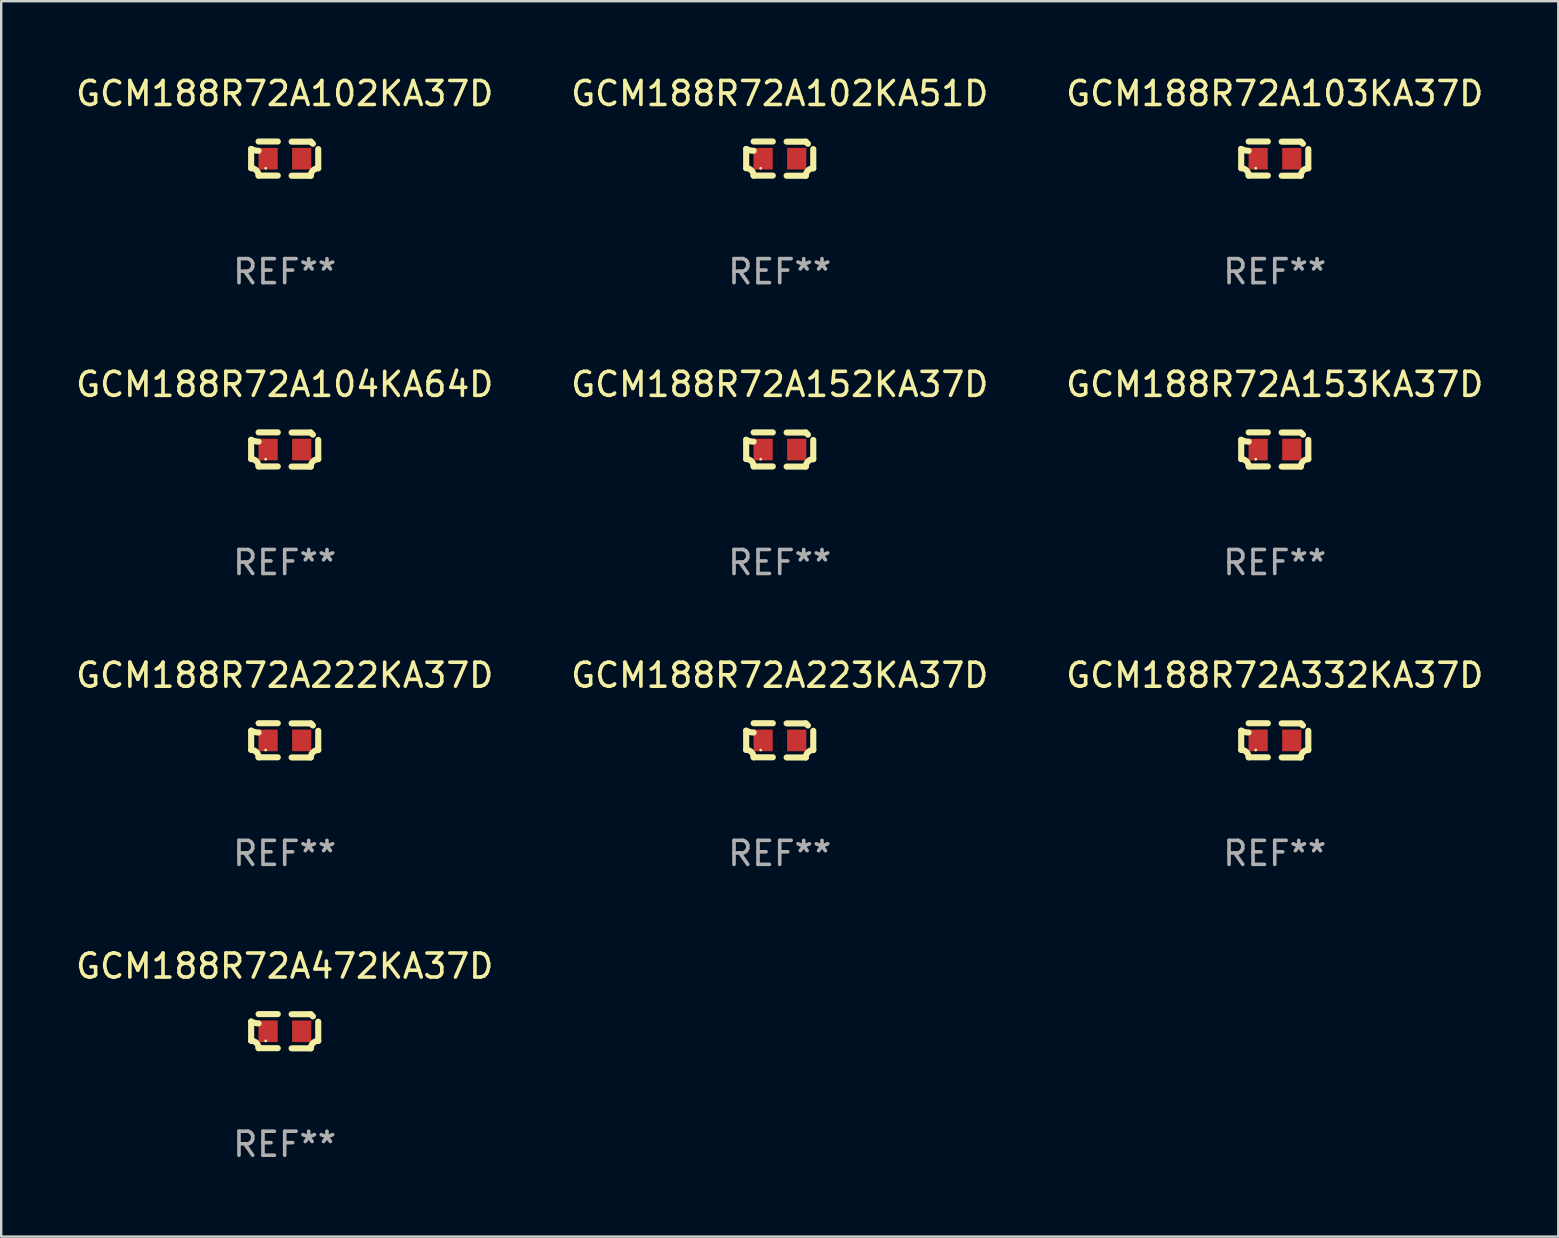
<source format=kicad_pcb>
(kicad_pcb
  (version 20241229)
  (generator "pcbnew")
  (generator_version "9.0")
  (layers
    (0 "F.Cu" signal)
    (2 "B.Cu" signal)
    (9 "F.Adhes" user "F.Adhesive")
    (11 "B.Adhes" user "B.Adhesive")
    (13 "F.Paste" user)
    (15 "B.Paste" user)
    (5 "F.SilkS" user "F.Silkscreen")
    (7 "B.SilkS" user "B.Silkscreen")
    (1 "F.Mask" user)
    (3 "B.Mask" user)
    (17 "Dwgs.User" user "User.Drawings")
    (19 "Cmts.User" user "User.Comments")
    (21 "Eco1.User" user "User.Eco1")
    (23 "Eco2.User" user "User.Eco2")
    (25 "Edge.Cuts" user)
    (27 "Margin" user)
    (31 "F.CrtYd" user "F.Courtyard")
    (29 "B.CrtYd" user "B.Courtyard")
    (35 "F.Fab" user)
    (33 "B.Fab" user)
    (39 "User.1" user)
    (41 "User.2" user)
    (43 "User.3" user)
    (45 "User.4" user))
  (footprint "GCM188R72A102KA37D"
    (layer "F.Cu")
    (at 8.815 3.561)
    (property "Reference" "GCM188R72A102KA37D" (at 0 -2.713 0) (layer "F.SilkS") (effects (font (size 1 1) (thickness 0.15))))
    (attr through_hole)
    (fp_line (start -1.398 -0.403) (end -1.398 0.397) (stroke (width 0.254) (type solid)) (layer "F.SilkS"))
    (fp_line (start -0.288 -0.713) (end -1.088 -0.713) (stroke (width 0.254) (type solid)) (layer "F.SilkS"))
    (fp_line (start -0.288 0.707) (end -1.088 0.707) (stroke (width 0.254) (type solid)) (layer "F.SilkS"))
    (fp_line (start 0.288 -0.707) (end 1.088 -0.707) (stroke (width 0.254) (type solid)) (layer "F.SilkS"))
    (fp_line (start 0.288 0.713) (end 1.088 0.713) (stroke (width 0.254) (type solid)) (layer "F.SilkS"))
    (fp_line (start 1.398 -0.397) (end 1.398 0.403) (stroke (width 0.254) (type solid)) (layer "F.SilkS"))
    (fp_arc (start -1.397789 0.397066) (mid -1.178701 0.487826) (end -1.08796 0.706922) (stroke (width 0.254001) (type solid)) (layer "F.SilkS"))
    (fp_arc (start -1.08796 -0.327176) (mid -1.247436 -0.346384) (end -1.39779 -0.402908) (stroke (width 0.254001) (type solid)) (layer "F.SilkS"))
    (fp_arc (start 1.087909 0.712738) (mid 1.178656 0.493655) (end 1.397739 0.402908) (stroke (width 0.254001) (type solid)) (layer "F.SilkS"))
    (fp_arc (start 1.175925 -0.618926) (mid 1.131917 -0.662923) (end 1.08791 -0.706922) (stroke (width 0.254001) (type solid)) (layer "F.SilkS"))
    (fp_circle (center -0.792 0.403) (end -0.762 0.403) (stroke (width 0.06) (type solid)) (fill no) (layer "F.SilkS"))
    (fp_text user "REF**" (at 0 4.713 0) (layer "F.Fab") (effects (font (size 1 1) (thickness 0.15))))
    (pad "1" smd rect (at -0.692 0.003) (size 0.8 0.9) (layers "F.Cu" "F.Mask" "F.Paste"))
    (pad "2" smd rect (at 0.708 0.003) (size 0.8 0.9) (layers "F.Cu" "F.Mask" "F.Paste")))
  (footprint "GCM188R72A104KA64D"
    (layer "F.Cu")
    (at 8.815 15.683)
    (property "Reference" "GCM188R72A104KA64D" (at 0 -2.713 0) (layer "F.SilkS") (effects (font (size 1 1) (thickness 0.15))))
    (attr through_hole)
    (fp_line (start -1.398 -0.403) (end -1.398 0.397) (stroke (width 0.254) (type solid)) (layer "F.SilkS"))
    (fp_line (start -0.288 -0.713) (end -1.088 -0.713) (stroke (width 0.254) (type solid)) (layer "F.SilkS"))
    (fp_line (start -0.288 0.707) (end -1.088 0.707) (stroke (width 0.254) (type solid)) (layer "F.SilkS"))
    (fp_line (start 0.288 -0.707) (end 1.088 -0.707) (stroke (width 0.254) (type solid)) (layer "F.SilkS"))
    (fp_line (start 0.288 0.713) (end 1.088 0.713) (stroke (width 0.254) (type solid)) (layer "F.SilkS"))
    (fp_line (start 1.398 -0.397) (end 1.398 0.403) (stroke (width 0.254) (type solid)) (layer "F.SilkS"))
    (fp_arc (start -1.397789 0.397066) (mid -1.178701 0.487826) (end -1.08796 0.706922) (stroke (width 0.254001) (type solid)) (layer "F.SilkS"))
    (fp_arc (start -1.08796 -0.327176) (mid -1.247436 -0.346384) (end -1.39779 -0.402908) (stroke (width 0.254001) (type solid)) (layer "F.SilkS"))
    (fp_arc (start 1.087909 0.712738) (mid 1.178656 0.493655) (end 1.397739 0.402908) (stroke (width 0.254001) (type solid)) (layer "F.SilkS"))
    (fp_arc (start 1.175925 -0.618926) (mid 1.131917 -0.662923) (end 1.08791 -0.706922) (stroke (width 0.254001) (type solid)) (layer "F.SilkS"))
    (fp_circle (center -0.792 0.403) (end -0.762 0.403) (stroke (width 0.06) (type solid)) (fill no) (layer "F.SilkS"))
    (fp_text user "REF**" (at 0 4.713 0) (layer "F.Fab") (effects (font (size 1 1) (thickness 0.15))))
    (pad "1" smd rect (at -0.692 0.003) (size 0.8 0.9) (layers "F.Cu" "F.Mask" "F.Paste"))
    (pad "2" smd rect (at 0.708 0.003) (size 0.8 0.9) (layers "F.Cu" "F.Mask" "F.Paste")))
  (footprint "GCM188R72A103KA37D"
    (layer "F.Cu")
    (at 50.077 3.561)
    (property "Reference" "GCM188R72A103KA37D" (at 0 -2.713 0) (layer "F.SilkS") (effects (font (size 1 1) (thickness 0.15))))
    (attr through_hole)
    (fp_line (start -1.398 -0.403) (end -1.398 0.397) (stroke (width 0.254) (type solid)) (layer "F.SilkS"))
    (fp_line (start -0.288 -0.713) (end -1.088 -0.713) (stroke (width 0.254) (type solid)) (layer "F.SilkS"))
    (fp_line (start -0.288 0.707) (end -1.088 0.707) (stroke (width 0.254) (type solid)) (layer "F.SilkS"))
    (fp_line (start 0.288 -0.707) (end 1.088 -0.707) (stroke (width 0.254) (type solid)) (layer "F.SilkS"))
    (fp_line (start 0.288 0.713) (end 1.088 0.713) (stroke (width 0.254) (type solid)) (layer "F.SilkS"))
    (fp_line (start 1.398 -0.397) (end 1.398 0.403) (stroke (width 0.254) (type solid)) (layer "F.SilkS"))
    (fp_arc (start -1.397789 0.397066) (mid -1.178701 0.487826) (end -1.08796 0.706922) (stroke (width 0.254001) (type solid)) (layer "F.SilkS"))
    (fp_arc (start -1.08796 -0.327176) (mid -1.247436 -0.346384) (end -1.39779 -0.402908) (stroke (width 0.254001) (type solid)) (layer "F.SilkS"))
    (fp_arc (start 1.087909 0.712738) (mid 1.178656 0.493655) (end 1.397739 0.402908) (stroke (width 0.254001) (type solid)) (layer "F.SilkS"))
    (fp_arc (start 1.175925 -0.618926) (mid 1.131917 -0.662923) (end 1.08791 -0.706922) (stroke (width 0.254001) (type solid)) (layer "F.SilkS"))
    (fp_circle (center -0.792 0.403) (end -0.762 0.403) (stroke (width 0.06) (type solid)) (fill no) (layer "F.SilkS"))
    (fp_text user "REF**" (at 0 4.713 0) (layer "F.Fab") (effects (font (size 1 1) (thickness 0.15))))
    (pad "1" smd rect (at -0.692 0.003) (size 0.8 0.9) (layers "F.Cu" "F.Mask" "F.Paste"))
    (pad "2" smd rect (at 0.708 0.003) (size 0.8 0.9) (layers "F.Cu" "F.Mask" "F.Paste")))
  (footprint "GCM188R72A222KA37D"
    (layer "F.Cu")
    (at 8.815 27.805)
    (property "Reference" "GCM188R72A222KA37D" (at 0 -2.713 0) (layer "F.SilkS") (effects (font (size 1 1) (thickness 0.15))))
    (attr through_hole)
    (fp_line (start -1.398 -0.403) (end -1.398 0.397) (stroke (width 0.254) (type solid)) (layer "F.SilkS"))
    (fp_line (start -0.288 -0.713) (end -1.088 -0.713) (stroke (width 0.254) (type solid)) (layer "F.SilkS"))
    (fp_line (start -0.288 0.707) (end -1.088 0.707) (stroke (width 0.254) (type solid)) (layer "F.SilkS"))
    (fp_line (start 0.288 -0.707) (end 1.088 -0.707) (stroke (width 0.254) (type solid)) (layer "F.SilkS"))
    (fp_line (start 0.288 0.713) (end 1.088 0.713) (stroke (width 0.254) (type solid)) (layer "F.SilkS"))
    (fp_line (start 1.398 -0.397) (end 1.398 0.403) (stroke (width 0.254) (type solid)) (layer "F.SilkS"))
    (fp_arc (start -1.397789 0.397066) (mid -1.178701 0.487826) (end -1.08796 0.706922) (stroke (width 0.254001) (type solid)) (layer "F.SilkS"))
    (fp_arc (start -1.08796 -0.327176) (mid -1.247436 -0.346384) (end -1.39779 -0.402908) (stroke (width 0.254001) (type solid)) (layer "F.SilkS"))
    (fp_arc (start 1.087909 0.712738) (mid 1.178656 0.493655) (end 1.397739 0.402908) (stroke (width 0.254001) (type solid)) (layer "F.SilkS"))
    (fp_arc (start 1.175925 -0.618926) (mid 1.131917 -0.662923) (end 1.08791 -0.706922) (stroke (width 0.254001) (type solid)) (layer "F.SilkS"))
    (fp_circle (center -0.792 0.403) (end -0.762 0.403) (stroke (width 0.06) (type solid)) (fill no) (layer "F.SilkS"))
    (fp_text user "REF**" (at 0 4.713 0) (layer "F.Fab") (effects (font (size 1 1) (thickness 0.15))))
    (pad "1" smd rect (at -0.692 0.003) (size 0.8 0.9) (layers "F.Cu" "F.Mask" "F.Paste"))
    (pad "2" smd rect (at 0.708 0.003) (size 0.8 0.9) (layers "F.Cu" "F.Mask" "F.Paste")))
  (footprint "GCM188R72A152KA37D"
    (layer "F.Cu")
    (at 29.446 15.683)
    (property "Reference" "GCM188R72A152KA37D" (at 0 -2.713 0) (layer "F.SilkS") (effects (font (size 1 1) (thickness 0.15))))
    (attr through_hole)
    (fp_line (start -1.398 -0.403) (end -1.398 0.397) (stroke (width 0.254) (type solid)) (layer "F.SilkS"))
    (fp_line (start -0.288 -0.713) (end -1.088 -0.713) (stroke (width 0.254) (type solid)) (layer "F.SilkS"))
    (fp_line (start -0.288 0.707) (end -1.088 0.707) (stroke (width 0.254) (type solid)) (layer "F.SilkS"))
    (fp_line (start 0.288 -0.707) (end 1.088 -0.707) (stroke (width 0.254) (type solid)) (layer "F.SilkS"))
    (fp_line (start 0.288 0.713) (end 1.088 0.713) (stroke (width 0.254) (type solid)) (layer "F.SilkS"))
    (fp_line (start 1.398 -0.397) (end 1.398 0.403) (stroke (width 0.254) (type solid)) (layer "F.SilkS"))
    (fp_arc (start -1.397789 0.397066) (mid -1.178701 0.487826) (end -1.08796 0.706922) (stroke (width 0.254001) (type solid)) (layer "F.SilkS"))
    (fp_arc (start -1.08796 -0.327176) (mid -1.247436 -0.346384) (end -1.39779 -0.402908) (stroke (width 0.254001) (type solid)) (layer "F.SilkS"))
    (fp_arc (start 1.087909 0.712738) (mid 1.178656 0.493655) (end 1.397739 0.402908) (stroke (width 0.254001) (type solid)) (layer "F.SilkS"))
    (fp_arc (start 1.175925 -0.618926) (mid 1.131917 -0.662923) (end 1.08791 -0.706922) (stroke (width 0.254001) (type solid)) (layer "F.SilkS"))
    (fp_circle (center -0.792 0.403) (end -0.762 0.403) (stroke (width 0.06) (type solid)) (fill no) (layer "F.SilkS"))
    (fp_text user "REF**" (at 0 4.713 0) (layer "F.Fab") (effects (font (size 1 1) (thickness 0.15))))
    (pad "1" smd rect (at -0.692 0.003) (size 0.8 0.9) (layers "F.Cu" "F.Mask" "F.Paste"))
    (pad "2" smd rect (at 0.708 0.003) (size 0.8 0.9) (layers "F.Cu" "F.Mask" "F.Paste")))
  (footprint "GCM188R72A472KA37D"
    (layer "F.Cu")
    (at 8.815 39.927)
    (property "Reference" "GCM188R72A472KA37D" (at 0 -2.713 0) (layer "F.SilkS") (effects (font (size 1 1) (thickness 0.15))))
    (attr through_hole)
    (fp_line (start -1.398 -0.403) (end -1.398 0.397) (stroke (width 0.254) (type solid)) (layer "F.SilkS"))
    (fp_line (start -0.288 -0.713) (end -1.088 -0.713) (stroke (width 0.254) (type solid)) (layer "F.SilkS"))
    (fp_line (start -0.288 0.707) (end -1.088 0.707) (stroke (width 0.254) (type solid)) (layer "F.SilkS"))
    (fp_line (start 0.288 -0.707) (end 1.088 -0.707) (stroke (width 0.254) (type solid)) (layer "F.SilkS"))
    (fp_line (start 0.288 0.713) (end 1.088 0.713) (stroke (width 0.254) (type solid)) (layer "F.SilkS"))
    (fp_line (start 1.398 -0.397) (end 1.398 0.403) (stroke (width 0.254) (type solid)) (layer "F.SilkS"))
    (fp_arc (start -1.397789 0.397066) (mid -1.178701 0.487826) (end -1.08796 0.706922) (stroke (width 0.254001) (type solid)) (layer "F.SilkS"))
    (fp_arc (start -1.08796 -0.327176) (mid -1.247436 -0.346384) (end -1.39779 -0.402908) (stroke (width 0.254001) (type solid)) (layer "F.SilkS"))
    (fp_arc (start 1.087909 0.712738) (mid 1.178656 0.493655) (end 1.397739 0.402908) (stroke (width 0.254001) (type solid)) (layer "F.SilkS"))
    (fp_arc (start 1.175925 -0.618926) (mid 1.131917 -0.662923) (end 1.08791 -0.706922) (stroke (width 0.254001) (type solid)) (layer "F.SilkS"))
    (fp_circle (center -0.792 0.403) (end -0.762 0.403) (stroke (width 0.06) (type solid)) (fill no) (layer "F.SilkS"))
    (fp_text user "REF**" (at 0 4.713 0) (layer "F.Fab") (effects (font (size 1 1) (thickness 0.15))))
    (pad "1" smd rect (at -0.692 0.003) (size 0.8 0.9) (layers "F.Cu" "F.Mask" "F.Paste"))
    (pad "2" smd rect (at 0.708 0.003) (size 0.8 0.9) (layers "F.Cu" "F.Mask" "F.Paste")))
  (footprint "GCM188R72A332KA37D"
    (layer "F.Cu")
    (at 50.077 27.805)
    (property "Reference" "GCM188R72A332KA37D" (at 0 -2.713 0) (layer "F.SilkS") (effects (font (size 1 1) (thickness 0.15))))
    (attr through_hole)
    (fp_line (start -1.398 -0.403) (end -1.398 0.397) (stroke (width 0.254) (type solid)) (layer "F.SilkS"))
    (fp_line (start -0.288 -0.713) (end -1.088 -0.713) (stroke (width 0.254) (type solid)) (layer "F.SilkS"))
    (fp_line (start -0.288 0.707) (end -1.088 0.707) (stroke (width 0.254) (type solid)) (layer "F.SilkS"))
    (fp_line (start 0.288 -0.707) (end 1.088 -0.707) (stroke (width 0.254) (type solid)) (layer "F.SilkS"))
    (fp_line (start 0.288 0.713) (end 1.088 0.713) (stroke (width 0.254) (type solid)) (layer "F.SilkS"))
    (fp_line (start 1.398 -0.397) (end 1.398 0.403) (stroke (width 0.254) (type solid)) (layer "F.SilkS"))
    (fp_arc (start -1.397789 0.397066) (mid -1.178701 0.487826) (end -1.08796 0.706922) (stroke (width 0.254001) (type solid)) (layer "F.SilkS"))
    (fp_arc (start -1.08796 -0.327176) (mid -1.247436 -0.346384) (end -1.39779 -0.402908) (stroke (width 0.254001) (type solid)) (layer "F.SilkS"))
    (fp_arc (start 1.087909 0.712738) (mid 1.178656 0.493655) (end 1.397739 0.402908) (stroke (width 0.254001) (type solid)) (layer "F.SilkS"))
    (fp_arc (start 1.175925 -0.618926) (mid 1.131917 -0.662923) (end 1.08791 -0.706922) (stroke (width 0.254001) (type solid)) (layer "F.SilkS"))
    (fp_circle (center -0.792 0.403) (end -0.762 0.403) (stroke (width 0.06) (type solid)) (fill no) (layer "F.SilkS"))
    (fp_text user "REF**" (at 0 4.713 0) (layer "F.Fab") (effects (font (size 1 1) (thickness 0.15))))
    (pad "1" smd rect (at -0.692 0.003) (size 0.8 0.9) (layers "F.Cu" "F.Mask" "F.Paste"))
    (pad "2" smd rect (at 0.708 0.003) (size 0.8 0.9) (layers "F.Cu" "F.Mask" "F.Paste")))
  (footprint "GCM188R72A102KA51D"
    (layer "F.Cu")
    (at 29.446 3.561)
    (property "Reference" "GCM188R72A102KA51D" (at 0 -2.713 0) (layer "F.SilkS") (effects (font (size 1 1) (thickness 0.15))))
    (attr through_hole)
    (fp_line (start -1.398 -0.403) (end -1.398 0.397) (stroke (width 0.254) (type solid)) (layer "F.SilkS"))
    (fp_line (start -0.288 -0.713) (end -1.088 -0.713) (stroke (width 0.254) (type solid)) (layer "F.SilkS"))
    (fp_line (start -0.288 0.707) (end -1.088 0.707) (stroke (width 0.254) (type solid)) (layer "F.SilkS"))
    (fp_line (start 0.288 -0.707) (end 1.088 -0.707) (stroke (width 0.254) (type solid)) (layer "F.SilkS"))
    (fp_line (start 0.288 0.713) (end 1.088 0.713) (stroke (width 0.254) (type solid)) (layer "F.SilkS"))
    (fp_line (start 1.398 -0.397) (end 1.398 0.403) (stroke (width 0.254) (type solid)) (layer "F.SilkS"))
    (fp_arc (start -1.397789 0.397066) (mid -1.178701 0.487826) (end -1.08796 0.706922) (stroke (width 0.254001) (type solid)) (layer "F.SilkS"))
    (fp_arc (start -1.08796 -0.327176) (mid -1.247436 -0.346384) (end -1.39779 -0.402908) (stroke (width 0.254001) (type solid)) (layer "F.SilkS"))
    (fp_arc (start 1.087909 0.712738) (mid 1.178656 0.493655) (end 1.397739 0.402908) (stroke (width 0.254001) (type solid)) (layer "F.SilkS"))
    (fp_arc (start 1.175925 -0.618926) (mid 1.131917 -0.662923) (end 1.08791 -0.706922) (stroke (width 0.254001) (type solid)) (layer "F.SilkS"))
    (fp_circle (center -0.792 0.403) (end -0.762 0.403) (stroke (width 0.06) (type solid)) (fill no) (layer "F.SilkS"))
    (fp_text user "REF**" (at 0 4.713 0) (layer "F.Fab") (effects (font (size 1 1) (thickness 0.15))))
    (pad "1" smd rect (at -0.692 0.003) (size 0.8 0.9) (layers "F.Cu" "F.Mask" "F.Paste"))
    (pad "2" smd rect (at 0.708 0.003) (size 0.8 0.9) (layers "F.Cu" "F.Mask" "F.Paste")))
  (footprint "GCM188R72A153KA37D"
    (layer "F.Cu")
    (at 50.077 15.683)
    (property "Reference" "GCM188R72A153KA37D" (at 0 -2.713 0) (layer "F.SilkS") (effects (font (size 1 1) (thickness 0.15))))
    (attr through_hole)
    (fp_line (start -1.398 -0.403) (end -1.398 0.397) (stroke (width 0.254) (type solid)) (layer "F.SilkS"))
    (fp_line (start -0.288 -0.713) (end -1.088 -0.713) (stroke (width 0.254) (type solid)) (layer "F.SilkS"))
    (fp_line (start -0.288 0.707) (end -1.088 0.707) (stroke (width 0.254) (type solid)) (layer "F.SilkS"))
    (fp_line (start 0.288 -0.707) (end 1.088 -0.707) (stroke (width 0.254) (type solid)) (layer "F.SilkS"))
    (fp_line (start 0.288 0.713) (end 1.088 0.713) (stroke (width 0.254) (type solid)) (layer "F.SilkS"))
    (fp_line (start 1.398 -0.397) (end 1.398 0.403) (stroke (width 0.254) (type solid)) (layer "F.SilkS"))
    (fp_arc (start -1.397789 0.397066) (mid -1.178701 0.487826) (end -1.08796 0.706922) (stroke (width 0.254001) (type solid)) (layer "F.SilkS"))
    (fp_arc (start -1.08796 -0.327176) (mid -1.247436 -0.346384) (end -1.39779 -0.402908) (stroke (width 0.254001) (type solid)) (layer "F.SilkS"))
    (fp_arc (start 1.087909 0.712738) (mid 1.178656 0.493655) (end 1.397739 0.402908) (stroke (width 0.254001) (type solid)) (layer "F.SilkS"))
    (fp_arc (start 1.175925 -0.618926) (mid 1.131917 -0.662923) (end 1.08791 -0.706922) (stroke (width 0.254001) (type solid)) (layer "F.SilkS"))
    (fp_circle (center -0.792 0.403) (end -0.762 0.403) (stroke (width 0.06) (type solid)) (fill no) (layer "F.SilkS"))
    (fp_text user "REF**" (at 0 4.713 0) (layer "F.Fab") (effects (font (size 1 1) (thickness 0.15))))
    (pad "1" smd rect (at -0.692 0.003) (size 0.8 0.9) (layers "F.Cu" "F.Mask" "F.Paste"))
    (pad "2" smd rect (at 0.708 0.003) (size 0.8 0.9) (layers "F.Cu" "F.Mask" "F.Paste")))
  (footprint "GCM188R72A223KA37D"
    (layer "F.Cu")
    (at 29.446 27.805)
    (property "Reference" "GCM188R72A223KA37D" (at 0 -2.713 0) (layer "F.SilkS") (effects (font (size 1 1) (thickness 0.15))))
    (attr through_hole)
    (fp_line (start -1.398 -0.403) (end -1.398 0.397) (stroke (width 0.254) (type solid)) (layer "F.SilkS"))
    (fp_line (start -0.288 -0.713) (end -1.088 -0.713) (stroke (width 0.254) (type solid)) (layer "F.SilkS"))
    (fp_line (start -0.288 0.707) (end -1.088 0.707) (stroke (width 0.254) (type solid)) (layer "F.SilkS"))
    (fp_line (start 0.288 -0.707) (end 1.088 -0.707) (stroke (width 0.254) (type solid)) (layer "F.SilkS"))
    (fp_line (start 0.288 0.713) (end 1.088 0.713) (stroke (width 0.254) (type solid)) (layer "F.SilkS"))
    (fp_line (start 1.398 -0.397) (end 1.398 0.403) (stroke (width 0.254) (type solid)) (layer "F.SilkS"))
    (fp_arc (start -1.397789 0.397066) (mid -1.178701 0.487826) (end -1.08796 0.706922) (stroke (width 0.254001) (type solid)) (layer "F.SilkS"))
    (fp_arc (start -1.08796 -0.327176) (mid -1.247436 -0.346384) (end -1.39779 -0.402908) (stroke (width 0.254001) (type solid)) (layer "F.SilkS"))
    (fp_arc (start 1.087909 0.712738) (mid 1.178656 0.493655) (end 1.397739 0.402908) (stroke (width 0.254001) (type solid)) (layer "F.SilkS"))
    (fp_arc (start 1.175925 -0.618926) (mid 1.131917 -0.662923) (end 1.08791 -0.706922) (stroke (width 0.254001) (type solid)) (layer "F.SilkS"))
    (fp_circle (center -0.792 0.403) (end -0.762 0.403) (stroke (width 0.06) (type solid)) (fill no) (layer "F.SilkS"))
    (fp_text user "REF**" (at 0 4.713 0) (layer "F.Fab") (effects (font (size 1 1) (thickness 0.15))))
    (pad "1" smd rect (at -0.692 0.003) (size 0.8 0.9) (layers "F.Cu" "F.Mask" "F.Paste"))
    (pad "2" smd rect (at 0.708 0.003) (size 0.8 0.9) (layers "F.Cu" "F.Mask" "F.Paste")))
  (gr_rect
    (start -3 -3)
    (end 61.893 48.488)
    (stroke (width 0.1) (type default))
    (fill no)
    (layer "Edge.Cuts")))
</source>
